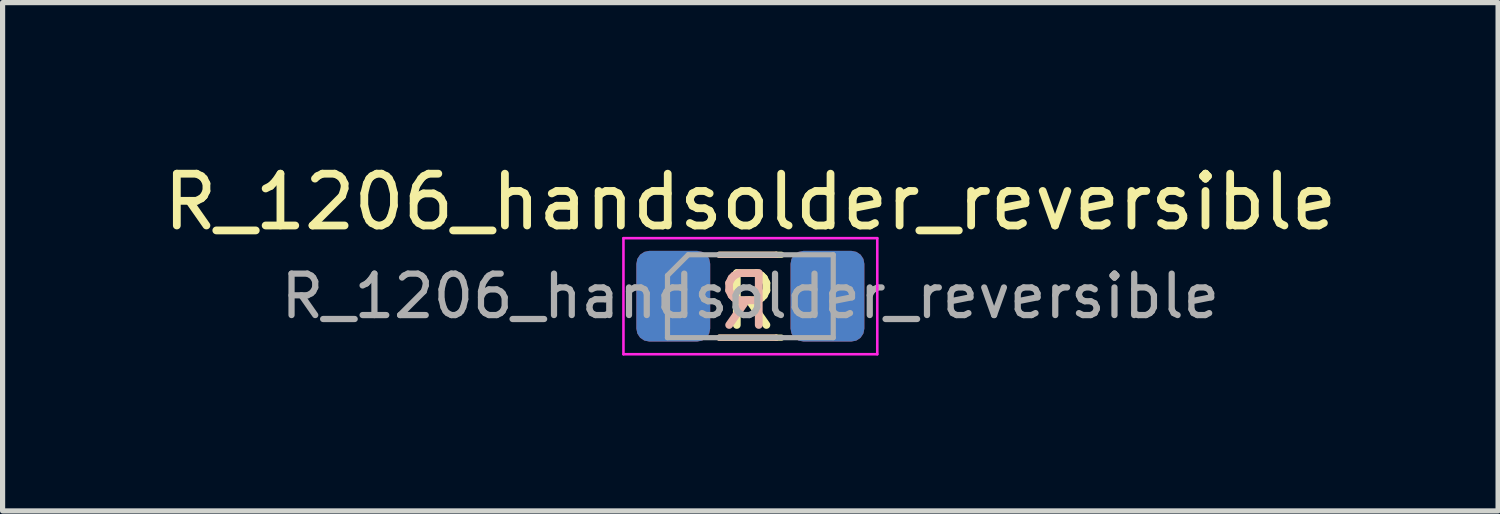
<source format=kicad_pcb>
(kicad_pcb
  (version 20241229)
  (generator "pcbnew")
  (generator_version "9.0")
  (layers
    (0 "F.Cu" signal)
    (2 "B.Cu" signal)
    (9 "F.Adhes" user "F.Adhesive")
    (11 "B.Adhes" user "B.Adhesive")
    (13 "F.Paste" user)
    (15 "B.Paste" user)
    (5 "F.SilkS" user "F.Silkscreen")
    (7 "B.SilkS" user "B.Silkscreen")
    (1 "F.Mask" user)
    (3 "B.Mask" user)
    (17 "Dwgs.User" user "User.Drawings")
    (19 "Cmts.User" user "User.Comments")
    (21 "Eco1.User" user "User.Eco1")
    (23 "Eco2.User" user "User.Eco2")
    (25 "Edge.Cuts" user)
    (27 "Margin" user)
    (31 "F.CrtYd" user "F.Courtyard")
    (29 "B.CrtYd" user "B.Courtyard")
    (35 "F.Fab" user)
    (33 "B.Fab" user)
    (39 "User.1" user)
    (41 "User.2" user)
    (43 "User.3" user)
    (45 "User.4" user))
  (footprint "R_1206_handsolder_reversible"
    (layer "F.Cu")
    (at 11.435 2.668)
    (property "Reference" "R_1206_handsolder_reversible" (at 0 -1.82 0) (layer "F.SilkS") (effects (font (size 1 1) (thickness 0.15))))
    (attr smd)
    (fp_line (start -0.6 -0.8) (end 0.5 -0.8) (stroke (width 0.12) (type solid)) (layer "F.SilkS"))
    (fp_line (start -0.6 0.8) (end 0.5 0.8) (stroke (width 0.12) (type solid)) (layer "F.SilkS"))
    (fp_line (start 0.5 -0.8) (end 0.6 -0.8) (stroke (width 0.12) (type solid)) (layer "F.SilkS"))
    (fp_line (start 0.5 0.8) (end 0.6 0.8) (stroke (width 0.12) (type solid)) (layer "F.SilkS"))
    (fp_line (start 0.5 -0.8) (end -0.6 -0.8) (stroke (width 0.12) (type solid)) (layer "B.SilkS"))
    (fp_line (start 0.5 0.8) (end -0.6 0.8) (stroke (width 0.12) (type solid)) (layer "B.SilkS"))
    (fp_line (start -2.45 -1.12) (end 2.45 -1.12) (stroke (width 0.05) (type solid)) (layer "F.CrtYd"))
    (fp_line (start -2.45 1.12) (end -2.45 -1.12) (stroke (width 0.05) (type solid)) (layer "F.CrtYd"))
    (fp_line (start 2.45 -1.12) (end 2.45 1.12) (stroke (width 0.05) (type solid)) (layer "F.CrtYd"))
    (fp_line (start 2.45 1.12) (end -2.45 1.12) (stroke (width 0.05) (type solid)) (layer "F.CrtYd"))
    (fp_line (start -1.6 -0.4) (end -1.6 0.8) (stroke (width 0.1) (type solid)) (layer "F.Fab"))
    (fp_line (start -1.6 0.8) (end 1.6 0.8) (stroke (width 0.1) (type solid)) (layer "F.Fab"))
    (fp_line (start -1.2 -0.8) (end -1.6 -0.4) (stroke (width 0.1) (type solid)) (layer "F.Fab"))
    (fp_line (start 1.6 -0.8) (end -1.2 -0.8) (stroke (width 0.1) (type solid)) (layer "F.Fab"))
    (fp_line (start 1.6 0.8) (end 1.6 -0.8) (stroke (width 0.1) (type solid)) (layer "F.Fab"))
    (fp_text user "R" (at 0 0.1 0) (unlocked yes) (layer "F.SilkS") (effects (font (size 1 1) (thickness 0.15))))
    (fp_text user "R" (at -0.1 0.1 0) (unlocked yes) (layer "B.SilkS") (effects (font (size 1 1) (thickness 0.15)) (justify mirror)))
    (fp_text user "${REFERENCE}" (at 0 0 0) (layer "F.Fab") (effects (font (size 0.8 0.8) (thickness 0.12))))
    (pad "1" smd roundrect (at -1.488 0) (size 1.425 1.75) (layers "F.Cu" "F.Mask" "F.Paste") (roundrect_rratio 0.175))
    (pad "1" smd roundrect (at 1.488 0) (size 1.425 1.75) (layers "B.Cu" "B.Mask" "B.Paste") (roundrect_rratio 0.175))
    (pad "2" smd roundrect (at -1.488 0) (size 1.425 1.75) (layers "B.Cu" "B.Mask" "B.Paste") (roundrect_rratio 0.175))
    (pad "2" smd roundrect (at 1.488 0) (size 1.425 1.75) (layers "F.Cu" "F.Mask" "F.Paste") (roundrect_rratio 0.175)))
  (gr_rect
    (start -3 -3)
    (end 25.869 6.813)
    (stroke (width 0.1) (type default))
    (fill no)
    (layer "Edge.Cuts")))
</source>
